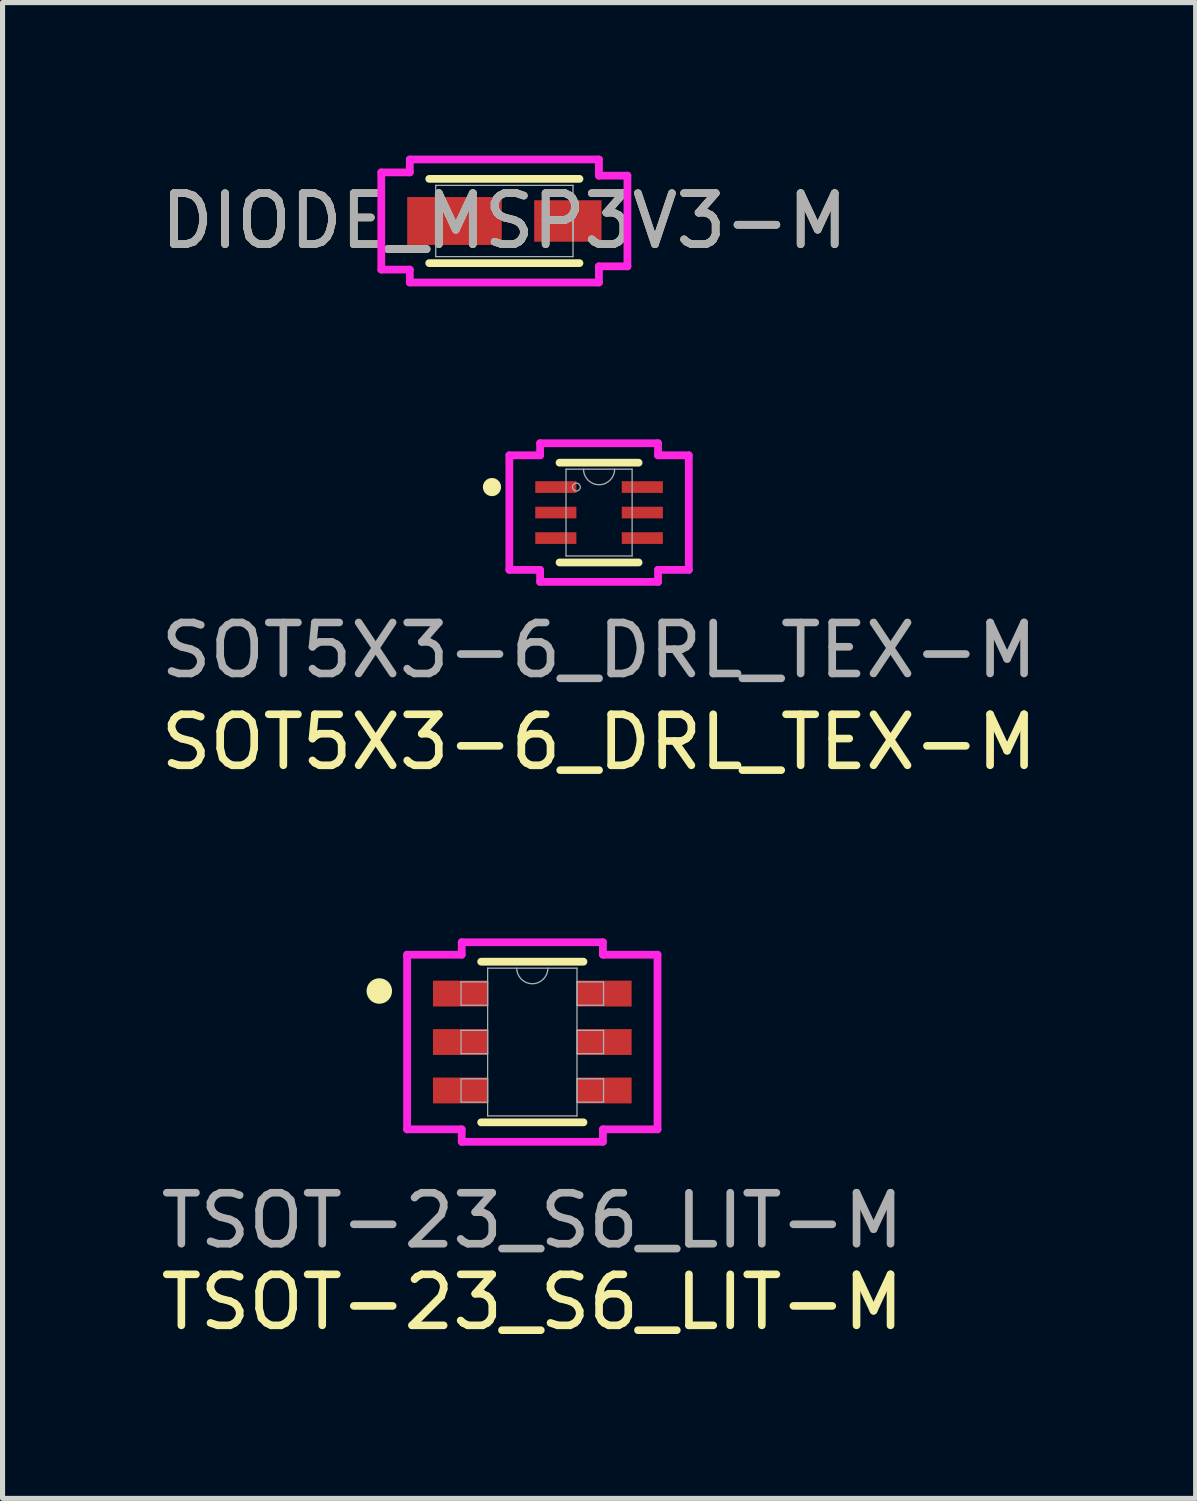
<source format=kicad_pcb>
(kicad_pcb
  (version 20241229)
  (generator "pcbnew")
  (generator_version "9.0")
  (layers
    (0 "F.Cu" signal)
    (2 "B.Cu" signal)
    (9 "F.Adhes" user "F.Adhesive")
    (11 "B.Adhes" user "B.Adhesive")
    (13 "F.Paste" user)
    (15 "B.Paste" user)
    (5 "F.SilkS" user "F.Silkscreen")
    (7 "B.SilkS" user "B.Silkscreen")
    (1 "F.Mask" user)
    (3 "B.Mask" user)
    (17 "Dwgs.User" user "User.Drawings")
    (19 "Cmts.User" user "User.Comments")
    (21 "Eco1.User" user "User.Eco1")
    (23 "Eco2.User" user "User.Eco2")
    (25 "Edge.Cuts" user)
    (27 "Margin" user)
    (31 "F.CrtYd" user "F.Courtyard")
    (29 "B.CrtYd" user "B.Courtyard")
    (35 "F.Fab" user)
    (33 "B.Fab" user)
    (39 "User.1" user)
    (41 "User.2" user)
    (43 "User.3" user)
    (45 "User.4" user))
  (footprint "DIODE_MSP3V3-M"
    (layer "F.Cu")
    (at 6.839 1.283)
    (property "Reference" "DIODE_MSP3V3-M" (at 0 0 0) (unlocked yes) (layer "F.SilkS") (effects (font (size 1 1) (thickness 0.15))))
    (attr smd)
    (fp_line (start -1.473 0.826) (end 1.473 0.826) (stroke (width 0.152) (type solid)) (layer "F.SilkS"))
    (fp_line (start 1.473 -0.826) (end -1.473 -0.826) (stroke (width 0.152) (type solid)) (layer "F.SilkS"))
    (fp_line (start -2.413 -0.953) (end -1.854 -0.953) (stroke (width 0.152) (type solid)) (layer "F.CrtYd"))
    (fp_line (start -2.413 0.953) (end -2.413 -0.953) (stroke (width 0.152) (type solid)) (layer "F.CrtYd"))
    (fp_line (start -1.854 -1.206) (end 1.854 -1.206) (stroke (width 0.152) (type solid)) (layer "F.CrtYd"))
    (fp_line (start -1.854 -0.953) (end -1.854 -1.206) (stroke (width 0.152) (type solid)) (layer "F.CrtYd"))
    (fp_line (start -1.854 0.953) (end -2.413 0.953) (stroke (width 0.152) (type solid)) (layer "F.CrtYd"))
    (fp_line (start -1.854 1.206) (end -1.854 0.953) (stroke (width 0.152) (type solid)) (layer "F.CrtYd"))
    (fp_line (start 1.854 -1.206) (end 1.854 -0.889) (stroke (width 0.152) (type solid)) (layer "F.CrtYd"))
    (fp_line (start 1.854 -0.889) (end 2.413 -0.889) (stroke (width 0.152) (type solid)) (layer "F.CrtYd"))
    (fp_line (start 1.854 0.889) (end 1.854 1.206) (stroke (width 0.152) (type solid)) (layer "F.CrtYd"))
    (fp_line (start 1.854 1.206) (end -1.854 1.206) (stroke (width 0.152) (type solid)) (layer "F.CrtYd"))
    (fp_line (start 2.413 -0.889) (end 2.413 0.889) (stroke (width 0.152) (type solid)) (layer "F.CrtYd"))
    (fp_line (start 2.413 0.889) (end 1.854 0.889) (stroke (width 0.152) (type solid)) (layer "F.CrtYd"))
    (fp_line (start -1.346 -0.699) (end -1.346 0.699) (stroke (width 0.025) (type solid)) (layer "F.Fab"))
    (fp_line (start -1.346 -0.445) (end -1.346 -0.445) (stroke (width 0.025) (type solid)) (layer "F.Fab"))
    (fp_line (start -1.346 -0.445) (end -1.346 0.445) (stroke (width 0.025) (type solid)) (layer "F.Fab"))
    (fp_line (start -1.346 0.445) (end -1.346 -0.445) (stroke (width 0.025) (type solid)) (layer "F.Fab"))
    (fp_line (start -1.346 0.445) (end -1.346 0.445) (stroke (width 0.025) (type solid)) (layer "F.Fab"))
    (fp_line (start -1.346 0.699) (end 1.346 0.699) (stroke (width 0.025) (type solid)) (layer "F.Fab"))
    (fp_line (start 1.346 -0.699) (end -1.346 -0.699) (stroke (width 0.025) (type solid)) (layer "F.Fab"))
    (fp_line (start 1.346 -0.381) (end 1.346 -0.381) (stroke (width 0.025) (type solid)) (layer "F.Fab"))
    (fp_line (start 1.346 -0.381) (end 1.346 0.381) (stroke (width 0.025) (type solid)) (layer "F.Fab"))
    (fp_line (start 1.346 0.381) (end 1.346 -0.381) (stroke (width 0.025) (type solid)) (layer "F.Fab"))
    (fp_line (start 1.346 0.381) (end 1.346 0.381) (stroke (width 0.025) (type solid)) (layer "F.Fab"))
    (fp_line (start 1.346 0.699) (end 1.346 -0.699) (stroke (width 0.025) (type solid)) (layer "F.Fab"))
    (fp_text user "${REFERENCE}" (at 0 0 0) (unlocked yes) (layer "F.Fab") (effects (font (size 1 1) (thickness 0.15))))
    (pad "1" smd rect (at -0.978 0) (size 1.854 0.94) (layers "F.Cu" "F.Mask" "F.Paste"))
    (pad "2" smd rect (at 1.245 0) (size 1.321 0.813) (layers "F.Cu" "F.Mask" "F.Paste"))
    (zone (net_name "") (layer "F.Cu") (hatch full 0.508) (connect_pads) (min_thickness 0.254) (filled_areas_thickness no) (keepout (tracks not_allowed) (vias not_allowed) (pads allowed) (copperpour not_allowed) (footprints allowed)) (placement (enabled no)) (fill) (polygon (pts (xy 6.839 0.635) (xy 7.373 0.635) (xy 7.373 1.93) (xy 6.839 1.93)))))
  (footprint "SOT5X3-6_DRL_TEX-M"
    (layer "F.Cu")
    (at 8.696 7)
    (property "Reference" "SOT5X3-6_DRL_TEX-M" (at 0 4.5 0) (unlocked yes) (layer "F.SilkS") (effects (font (size 1 1) (thickness 0.15))))
    (attr smd)
    (fp_line (start -0.775 0.978) (end 0.775 0.978) (stroke (width 0.152) (type solid)) (layer "F.SilkS"))
    (fp_line (start 0.775 -0.978) (end -0.775 -0.978) (stroke (width 0.152) (type solid)) (layer "F.SilkS"))
    (fp_circle (center -2.1 -0.5) (end -1.998 -0.5) (stroke (width 0.152) (type solid)) (fill yes) (layer "F.SilkS"))
    (fp_line (start -1.759 -1.123) (end -1.156 -1.123) (stroke (width 0.152) (type solid)) (layer "F.CrtYd"))
    (fp_line (start -1.759 1.123) (end -1.759 -1.123) (stroke (width 0.152) (type solid)) (layer "F.CrtYd"))
    (fp_line (start -1.759 1.123) (end -1.156 1.123) (stroke (width 0.152) (type solid)) (layer "F.CrtYd"))
    (fp_line (start -1.156 -1.359) (end 1.156 -1.359) (stroke (width 0.152) (type solid)) (layer "F.CrtYd"))
    (fp_line (start -1.156 -1.123) (end -1.156 -1.359) (stroke (width 0.152) (type solid)) (layer "F.CrtYd"))
    (fp_line (start -1.156 1.359) (end -1.156 1.123) (stroke (width 0.152) (type solid)) (layer "F.CrtYd"))
    (fp_line (start 1.156 -1.359) (end 1.156 -1.123) (stroke (width 0.152) (type solid)) (layer "F.CrtYd"))
    (fp_line (start 1.156 1.123) (end 1.156 1.359) (stroke (width 0.152) (type solid)) (layer "F.CrtYd"))
    (fp_line (start 1.156 1.359) (end -1.156 1.359) (stroke (width 0.152) (type solid)) (layer "F.CrtYd"))
    (fp_line (start 1.759 -1.123) (end 1.156 -1.123) (stroke (width 0.152) (type solid)) (layer "F.CrtYd"))
    (fp_line (start 1.759 -1.123) (end 1.759 1.123) (stroke (width 0.152) (type solid)) (layer "F.CrtYd"))
    (fp_line (start 1.759 1.123) (end 1.156 1.123) (stroke (width 0.152) (type solid)) (layer "F.CrtYd"))
    (fp_line (start -0.648 -0.851) (end -0.648 0.851) (stroke (width 0.025) (type solid)) (layer "F.Fab"))
    (fp_line (start -0.648 0.851) (end 0.648 0.851) (stroke (width 0.025) (type solid)) (layer "F.Fab"))
    (fp_line (start 0.648 -0.851) (end -0.648 -0.851) (stroke (width 0.025) (type solid)) (layer "F.Fab"))
    (fp_line (start 0.648 0.851) (end 0.648 -0.851) (stroke (width 0.025) (type solid)) (layer "F.Fab"))
    (fp_arc (start 0.3048 -0.8509) (mid 0 -0.5461) (end -0.3048 -0.8509) (stroke (width 0.0254) (type solid)) (layer "F.Fab"))
    (fp_circle (center -0.445 -0.5) (end -0.368 -0.5) (stroke (width 0.025) (type solid)) (fill no) (layer "F.Fab"))
    (fp_text user "${REFERENCE}" (at 0 2.7 0) (unlocked yes) (layer "F.Fab") (effects (font (size 1 1) (thickness 0.15))))
    (pad "1" smd rect (at -0.848 -0.5) (size 0.806 0.229) (layers "F.Cu" "F.Mask" "F.Paste"))
    (pad "2" smd rect (at -0.848 0) (size 0.806 0.229) (layers "F.Cu" "F.Mask" "F.Paste"))
    (pad "3" smd rect (at -0.848 0.5) (size 0.806 0.229) (layers "F.Cu" "F.Mask" "F.Paste"))
    (pad "4" smd rect (at 0.848 0.5) (size 0.806 0.229) (layers "F.Cu" "F.Mask" "F.Paste"))
    (pad "5" smd rect (at 0.848 0) (size 0.806 0.229) (layers "F.Cu" "F.Mask" "F.Paste"))
    (pad "6" smd rect (at 0.848 -0.5) (size 0.806 0.229) (layers "F.Cu" "F.Mask" "F.Paste")))
  (footprint "TSOT-23_S6_LIT-M"
    (layer "F.Cu")
    (at 7.387 17.381)
    (property "Reference" "TSOT-23_S6_LIT-M" (at 0 5.1 0) (unlocked yes) (layer "F.SilkS") (effects (font (size 1 1) (thickness 0.15))))
    (attr smd)
    (fp_line (start -1.003 1.575) (end 1.003 1.575) (stroke (width 0.152) (type solid)) (layer "F.SilkS"))
    (fp_line (start 1.003 -1.575) (end -1.003 -1.575) (stroke (width 0.152) (type solid)) (layer "F.SilkS"))
    (fp_circle (center -3 -1) (end -2.875 -1) (stroke (width 0.25) (type solid)) (fill no) (layer "F.SilkS"))
    (fp_line (start -2.455 -1.712) (end -1.384 -1.712) (stroke (width 0.152) (type solid)) (layer "F.CrtYd"))
    (fp_line (start -2.455 1.712) (end -2.455 -1.712) (stroke (width 0.152) (type solid)) (layer "F.CrtYd"))
    (fp_line (start -2.455 1.712) (end -1.384 1.712) (stroke (width 0.152) (type solid)) (layer "F.CrtYd"))
    (fp_line (start -1.384 -1.956) (end 1.384 -1.956) (stroke (width 0.152) (type solid)) (layer "F.CrtYd"))
    (fp_line (start -1.384 -1.712) (end -1.384 -1.956) (stroke (width 0.152) (type solid)) (layer "F.CrtYd"))
    (fp_line (start -1.384 1.956) (end -1.384 1.712) (stroke (width 0.152) (type solid)) (layer "F.CrtYd"))
    (fp_line (start 1.384 -1.956) (end 1.384 -1.712) (stroke (width 0.152) (type solid)) (layer "F.CrtYd"))
    (fp_line (start 1.384 1.712) (end 1.384 1.956) (stroke (width 0.152) (type solid)) (layer "F.CrtYd"))
    (fp_line (start 1.384 1.956) (end -1.384 1.956) (stroke (width 0.152) (type solid)) (layer "F.CrtYd"))
    (fp_line (start 2.455 -1.712) (end 1.384 -1.712) (stroke (width 0.152) (type solid)) (layer "F.CrtYd"))
    (fp_line (start 2.455 -1.712) (end 2.455 1.712) (stroke (width 0.152) (type solid)) (layer "F.CrtYd"))
    (fp_line (start 2.455 1.712) (end 1.384 1.712) (stroke (width 0.152) (type solid)) (layer "F.CrtYd"))
    (fp_line (start -1.397 -1.179) (end -1.397 -0.721) (stroke (width 0.025) (type solid)) (layer "F.Fab"))
    (fp_line (start -1.397 -0.721) (end -0.876 -0.721) (stroke (width 0.025) (type solid)) (layer "F.Fab"))
    (fp_line (start -1.397 -0.229) (end -1.397 0.229) (stroke (width 0.025) (type solid)) (layer "F.Fab"))
    (fp_line (start -1.397 0.229) (end -0.876 0.229) (stroke (width 0.025) (type solid)) (layer "F.Fab"))
    (fp_line (start -1.397 0.721) (end -1.397 1.179) (stroke (width 0.025) (type solid)) (layer "F.Fab"))
    (fp_line (start -1.397 1.179) (end -0.876 1.179) (stroke (width 0.025) (type solid)) (layer "F.Fab"))
    (fp_line (start -0.876 -1.448) (end -0.876 1.448) (stroke (width 0.025) (type solid)) (layer "F.Fab"))
    (fp_line (start -0.876 -1.179) (end -1.397 -1.179) (stroke (width 0.025) (type solid)) (layer "F.Fab"))
    (fp_line (start -0.876 -0.721) (end -0.876 -1.179) (stroke (width 0.025) (type solid)) (layer "F.Fab"))
    (fp_line (start -0.876 -0.229) (end -1.397 -0.229) (stroke (width 0.025) (type solid)) (layer "F.Fab"))
    (fp_line (start -0.876 0.229) (end -0.876 -0.229) (stroke (width 0.025) (type solid)) (layer "F.Fab"))
    (fp_line (start -0.876 0.721) (end -1.397 0.721) (stroke (width 0.025) (type solid)) (layer "F.Fab"))
    (fp_line (start -0.876 1.179) (end -0.876 0.721) (stroke (width 0.025) (type solid)) (layer "F.Fab"))
    (fp_line (start -0.876 1.448) (end 0.876 1.448) (stroke (width 0.025) (type solid)) (layer "F.Fab"))
    (fp_line (start 0.876 -1.448) (end -0.876 -1.448) (stroke (width 0.025) (type solid)) (layer "F.Fab"))
    (fp_line (start 0.876 -1.179) (end 0.876 -0.721) (stroke (width 0.025) (type solid)) (layer "F.Fab"))
    (fp_line (start 0.876 -0.721) (end 1.397 -0.721) (stroke (width 0.025) (type solid)) (layer "F.Fab"))
    (fp_line (start 0.876 -0.229) (end 0.876 0.229) (stroke (width 0.025) (type solid)) (layer "F.Fab"))
    (fp_line (start 0.876 0.229) (end 1.397 0.229) (stroke (width 0.025) (type solid)) (layer "F.Fab"))
    (fp_line (start 0.876 0.721) (end 0.876 1.179) (stroke (width 0.025) (type solid)) (layer "F.Fab"))
    (fp_line (start 0.876 1.179) (end 1.397 1.179) (stroke (width 0.025) (type solid)) (layer "F.Fab"))
    (fp_line (start 0.876 1.448) (end 0.876 -1.448) (stroke (width 0.025) (type solid)) (layer "F.Fab"))
    (fp_line (start 1.397 -1.179) (end 0.876 -1.179) (stroke (width 0.025) (type solid)) (layer "F.Fab"))
    (fp_line (start 1.397 -0.721) (end 1.397 -1.179) (stroke (width 0.025) (type solid)) (layer "F.Fab"))
    (fp_line (start 1.397 -0.229) (end 0.876 -0.229) (stroke (width 0.025) (type solid)) (layer "F.Fab"))
    (fp_line (start 1.397 0.229) (end 1.397 -0.229) (stroke (width 0.025) (type solid)) (layer "F.Fab"))
    (fp_line (start 1.397 0.721) (end 0.876 0.721) (stroke (width 0.025) (type solid)) (layer "F.Fab"))
    (fp_line (start 1.397 1.179) (end 1.397 0.721) (stroke (width 0.025) (type solid)) (layer "F.Fab"))
    (fp_arc (start 0.3048 -1.4478) (mid 0 -1.143) (end -0.3048 -1.4478) (stroke (width 0.0254) (type solid)) (layer "F.Fab"))
    (fp_text user "${REFERENCE}" (at 0 3.5 0) (unlocked yes) (layer "F.Fab") (effects (font (size 1 1) (thickness 0.15))))
    (pad "1" smd rect (at -1.412 -0.95) (size 1.071 0.507) (layers "F.Cu" "F.Mask" "F.Paste"))
    (pad "2" smd rect (at -1.412 0) (size 1.071 0.507) (layers "F.Cu" "F.Mask" "F.Paste"))
    (pad "3" smd rect (at -1.412 0.95) (size 1.071 0.507) (layers "F.Cu" "F.Mask" "F.Paste"))
    (pad "4" smd rect (at 1.412 0.95) (size 1.071 0.507) (layers "F.Cu" "F.Mask" "F.Paste"))
    (pad "5" smd rect (at 1.412 0) (size 1.071 0.507) (layers "F.Cu" "F.Mask" "F.Paste"))
    (pad "6" smd rect (at 1.412 -0.95) (size 1.071 0.507) (layers "F.Cu" "F.Mask" "F.Paste")))
  (gr_rect
    (start -3 -3)
    (end 20.393 26.329)
    (stroke (width 0.1) (type default))
    (fill no)
    (layer "Edge.Cuts")))
</source>
